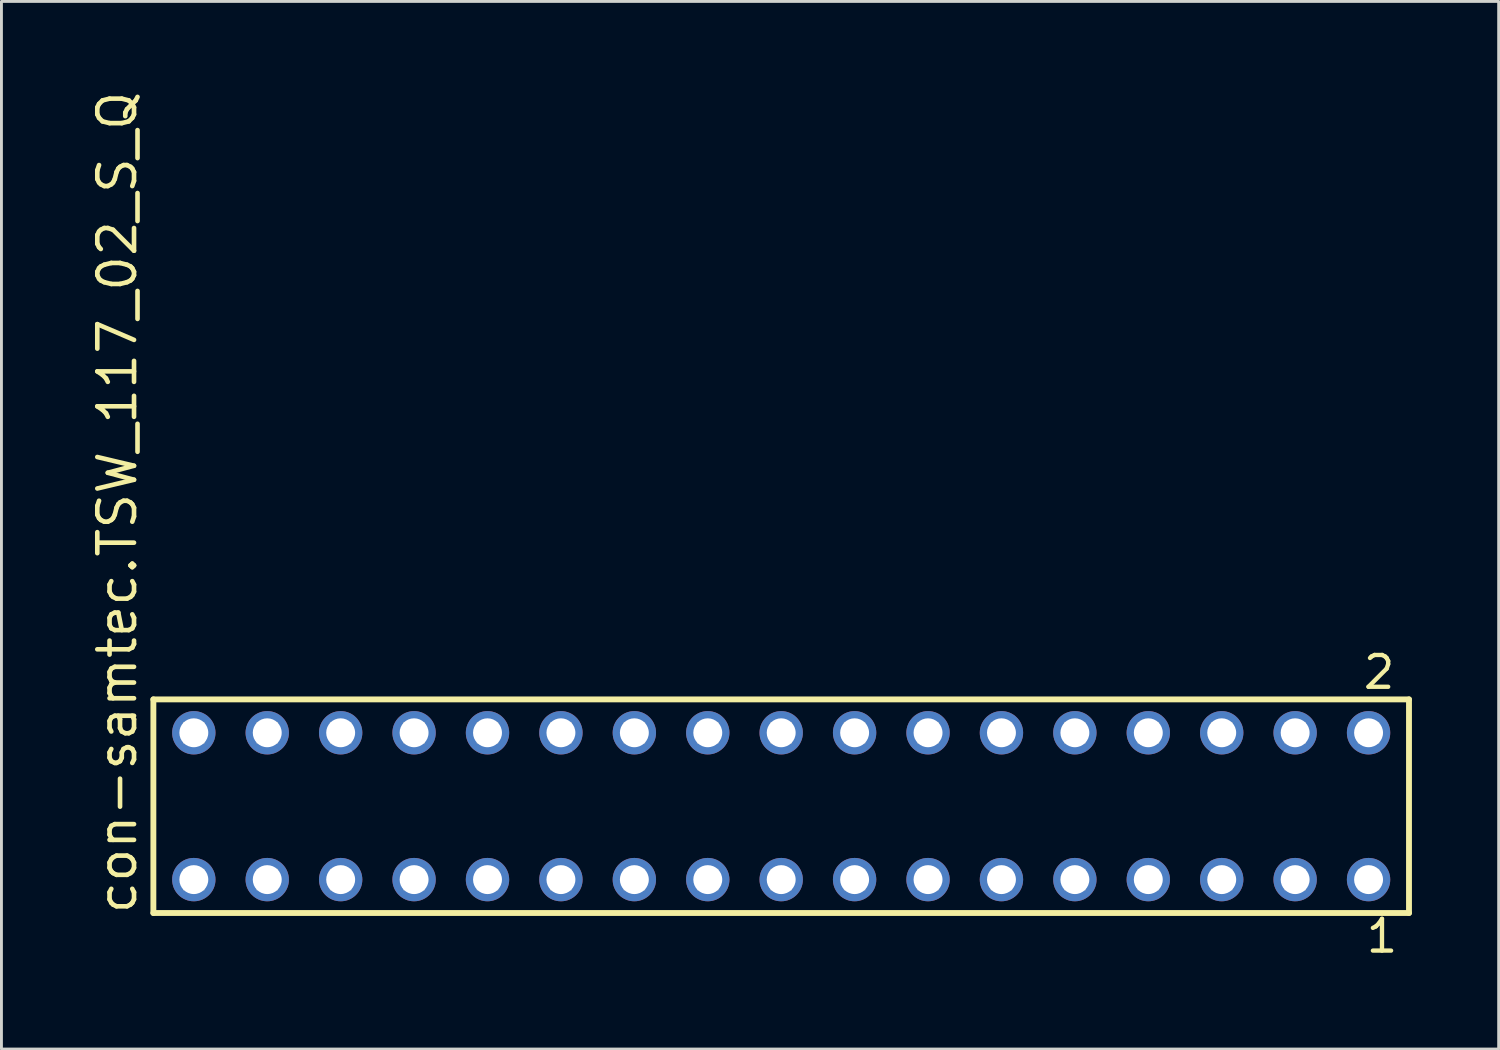
<source format=kicad_pcb>
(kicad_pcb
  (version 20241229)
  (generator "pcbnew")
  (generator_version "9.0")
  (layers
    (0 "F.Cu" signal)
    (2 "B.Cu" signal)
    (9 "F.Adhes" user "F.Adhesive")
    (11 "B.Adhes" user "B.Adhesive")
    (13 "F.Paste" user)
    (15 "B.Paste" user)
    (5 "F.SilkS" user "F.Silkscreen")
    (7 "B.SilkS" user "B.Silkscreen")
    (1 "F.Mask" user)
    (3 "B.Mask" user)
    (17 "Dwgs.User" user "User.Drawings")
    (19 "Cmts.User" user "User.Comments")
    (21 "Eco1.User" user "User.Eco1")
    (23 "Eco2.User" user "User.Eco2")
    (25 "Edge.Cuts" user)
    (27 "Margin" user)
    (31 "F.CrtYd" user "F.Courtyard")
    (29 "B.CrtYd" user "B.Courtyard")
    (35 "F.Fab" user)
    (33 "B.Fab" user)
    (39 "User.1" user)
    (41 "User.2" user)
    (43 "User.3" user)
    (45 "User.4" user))
  (footprint "con-samtec.TSW_117_02_S_Q"
    (layer "F.Cu")
    (at 23.975 24.84)
    (property "Reference" "con-samtec.TSW_117_02_S_Q" (at -22.225 3.81 90) (layer "F.SilkS") (effects (font (size 1.27 1.27) (thickness 0.16)) (justify left bottom)))
    (attr through_hole)
    (fp_line (start -21.719 -3.695) (end 21.719 -3.695) (stroke (width 0.203) (type default)) (layer "F.SilkS"))
    (fp_line (start -21.719 3.695) (end -21.719 -3.695) (stroke (width 0.203) (type default)) (layer "F.SilkS"))
    (fp_line (start 21.719 -3.695) (end 21.719 3.695) (stroke (width 0.203) (type default)) (layer "F.SilkS"))
    (fp_line (start 21.719 3.695) (end -21.719 3.695) (stroke (width 0.203) (type default)) (layer "F.SilkS"))
    (fp_rect (start -20.67 -2.19) (end -19.97 -2.89) (stroke (width 0.05) (type default)) (fill no) (layer "F.Fab"))
    (fp_rect (start -20.67 2.89) (end -19.97 2.19) (stroke (width 0.05) (type default)) (fill no) (layer "F.Fab"))
    (fp_rect (start -18.13 -2.19) (end -17.43 -2.89) (stroke (width 0.05) (type default)) (fill no) (layer "F.Fab"))
    (fp_rect (start -18.13 2.89) (end -17.43 2.19) (stroke (width 0.05) (type default)) (fill no) (layer "F.Fab"))
    (fp_rect (start -15.59 -2.19) (end -14.89 -2.89) (stroke (width 0.05) (type default)) (fill no) (layer "F.Fab"))
    (fp_rect (start -15.59 2.89) (end -14.89 2.19) (stroke (width 0.05) (type default)) (fill no) (layer "F.Fab"))
    (fp_rect (start -13.05 -2.19) (end -12.35 -2.89) (stroke (width 0.05) (type default)) (fill no) (layer "F.Fab"))
    (fp_rect (start -13.05 2.89) (end -12.35 2.19) (stroke (width 0.05) (type default)) (fill no) (layer "F.Fab"))
    (fp_rect (start -10.51 -2.19) (end -9.81 -2.89) (stroke (width 0.05) (type default)) (fill no) (layer "F.Fab"))
    (fp_rect (start -10.51 2.89) (end -9.81 2.19) (stroke (width 0.05) (type default)) (fill no) (layer "F.Fab"))
    (fp_rect (start -7.97 -2.19) (end -7.27 -2.89) (stroke (width 0.05) (type default)) (fill no) (layer "F.Fab"))
    (fp_rect (start -7.97 2.89) (end -7.27 2.19) (stroke (width 0.05) (type default)) (fill no) (layer "F.Fab"))
    (fp_rect (start -5.43 -2.19) (end -4.73 -2.89) (stroke (width 0.05) (type default)) (fill no) (layer "F.Fab"))
    (fp_rect (start -5.43 2.89) (end -4.73 2.19) (stroke (width 0.05) (type default)) (fill no) (layer "F.Fab"))
    (fp_rect (start -2.89 -2.19) (end -2.19 -2.89) (stroke (width 0.05) (type default)) (fill no) (layer "F.Fab"))
    (fp_rect (start -2.89 2.89) (end -2.19 2.19) (stroke (width 0.05) (type default)) (fill no) (layer "F.Fab"))
    (fp_rect (start -0.35 -2.19) (end 0.35 -2.89) (stroke (width 0.05) (type default)) (fill no) (layer "F.Fab"))
    (fp_rect (start -0.35 2.89) (end 0.35 2.19) (stroke (width 0.05) (type default)) (fill no) (layer "F.Fab"))
    (fp_rect (start 2.19 -2.19) (end 2.89 -2.89) (stroke (width 0.05) (type default)) (fill no) (layer "F.Fab"))
    (fp_rect (start 2.19 2.89) (end 2.89 2.19) (stroke (width 0.05) (type default)) (fill no) (layer "F.Fab"))
    (fp_rect (start 4.73 -2.19) (end 5.43 -2.89) (stroke (width 0.05) (type default)) (fill no) (layer "F.Fab"))
    (fp_rect (start 4.73 2.89) (end 5.43 2.19) (stroke (width 0.05) (type default)) (fill no) (layer "F.Fab"))
    (fp_rect (start 7.27 -2.19) (end 7.97 -2.89) (stroke (width 0.05) (type default)) (fill no) (layer "F.Fab"))
    (fp_rect (start 7.27 2.89) (end 7.97 2.19) (stroke (width 0.05) (type default)) (fill no) (layer "F.Fab"))
    (fp_rect (start 9.81 -2.19) (end 10.51 -2.89) (stroke (width 0.05) (type default)) (fill no) (layer "F.Fab"))
    (fp_rect (start 9.81 2.89) (end 10.51 2.19) (stroke (width 0.05) (type default)) (fill no) (layer "F.Fab"))
    (fp_rect (start 12.35 -2.19) (end 13.05 -2.89) (stroke (width 0.05) (type default)) (fill no) (layer "F.Fab"))
    (fp_rect (start 12.35 2.89) (end 13.05 2.19) (stroke (width 0.05) (type default)) (fill no) (layer "F.Fab"))
    (fp_rect (start 14.89 -2.19) (end 15.59 -2.89) (stroke (width 0.05) (type default)) (fill no) (layer "F.Fab"))
    (fp_rect (start 14.89 2.89) (end 15.59 2.19) (stroke (width 0.05) (type default)) (fill no) (layer "F.Fab"))
    (fp_rect (start 17.43 -2.19) (end 18.13 -2.89) (stroke (width 0.05) (type default)) (fill no) (layer "F.Fab"))
    (fp_rect (start 17.43 2.89) (end 18.13 2.19) (stroke (width 0.05) (type default)) (fill no) (layer "F.Fab"))
    (fp_rect (start 19.97 -2.19) (end 20.67 -2.89) (stroke (width 0.05) (type default)) (fill no) (layer "F.Fab"))
    (fp_rect (start 19.97 2.89) (end 20.67 2.19) (stroke (width 0.05) (type default)) (fill no) (layer "F.Fab"))
    (fp_text user "2" (at 20.062 -3.989 0) (layer "F.SilkS") (effects (font (size 1.1 1.1) (thickness 0.15)) (justify left bottom)))
    (fp_text user "1" (at 20.162 5.138 0) (layer "F.SilkS") (effects (font (size 1.1 1.1) (thickness 0.15)) (justify left bottom)))
    (pad "1" thru_hole circle (at 20.32 2.54 180) (size 1.5 1.5) (drill 1) (layers "*.Cu" "*.Mask"))
    (pad "2" thru_hole circle (at 20.32 -2.54 180) (size 1.5 1.5) (drill 1) (layers "*.Cu" "*.Mask"))
    (pad "3" thru_hole circle (at 17.78 2.54 180) (size 1.5 1.5) (drill 1) (layers "*.Cu" "*.Mask"))
    (pad "4" thru_hole circle (at 17.78 -2.54 180) (size 1.5 1.5) (drill 1) (layers "*.Cu" "*.Mask"))
    (pad "5" thru_hole circle (at 15.24 2.54 180) (size 1.5 1.5) (drill 1) (layers "*.Cu" "*.Mask"))
    (pad "6" thru_hole circle (at 15.24 -2.54 180) (size 1.5 1.5) (drill 1) (layers "*.Cu" "*.Mask"))
    (pad "7" thru_hole circle (at 12.7 2.54 180) (size 1.5 1.5) (drill 1) (layers "*.Cu" "*.Mask"))
    (pad "8" thru_hole circle (at 12.7 -2.54 180) (size 1.5 1.5) (drill 1) (layers "*.Cu" "*.Mask"))
    (pad "9" thru_hole circle (at 10.16 2.54 180) (size 1.5 1.5) (drill 1) (layers "*.Cu" "*.Mask"))
    (pad "10" thru_hole circle (at 10.16 -2.54 180) (size 1.5 1.5) (drill 1) (layers "*.Cu" "*.Mask"))
    (pad "11" thru_hole circle (at 7.62 2.54 180) (size 1.5 1.5) (drill 1) (layers "*.Cu" "*.Mask"))
    (pad "12" thru_hole circle (at 7.62 -2.54 180) (size 1.5 1.5) (drill 1) (layers "*.Cu" "*.Mask"))
    (pad "13" thru_hole circle (at 5.08 2.54 180) (size 1.5 1.5) (drill 1) (layers "*.Cu" "*.Mask"))
    (pad "14" thru_hole circle (at 5.08 -2.54 180) (size 1.5 1.5) (drill 1) (layers "*.Cu" "*.Mask"))
    (pad "15" thru_hole circle (at 2.54 2.54 180) (size 1.5 1.5) (drill 1) (layers "*.Cu" "*.Mask"))
    (pad "16" thru_hole circle (at 2.54 -2.54 180) (size 1.5 1.5) (drill 1) (layers "*.Cu" "*.Mask"))
    (pad "17" thru_hole circle (at 0 2.54 180) (size 1.5 1.5) (drill 1) (layers "*.Cu" "*.Mask"))
    (pad "18" thru_hole circle (at 0 -2.54 180) (size 1.5 1.5) (drill 1) (layers "*.Cu" "*.Mask"))
    (pad "19" thru_hole circle (at -2.54 2.54 180) (size 1.5 1.5) (drill 1) (layers "*.Cu" "*.Mask"))
    (pad "20" thru_hole circle (at -2.54 -2.54 180) (size 1.5 1.5) (drill 1) (layers "*.Cu" "*.Mask"))
    (pad "21" thru_hole circle (at -5.08 2.54 180) (size 1.5 1.5) (drill 1) (layers "*.Cu" "*.Mask"))
    (pad "22" thru_hole circle (at -5.08 -2.54 180) (size 1.5 1.5) (drill 1) (layers "*.Cu" "*.Mask"))
    (pad "23" thru_hole circle (at -7.62 2.54 180) (size 1.5 1.5) (drill 1) (layers "*.Cu" "*.Mask"))
    (pad "24" thru_hole circle (at -7.62 -2.54 180) (size 1.5 1.5) (drill 1) (layers "*.Cu" "*.Mask"))
    (pad "25" thru_hole circle (at -10.16 2.54 180) (size 1.5 1.5) (drill 1) (layers "*.Cu" "*.Mask"))
    (pad "26" thru_hole circle (at -10.16 -2.54 180) (size 1.5 1.5) (drill 1) (layers "*.Cu" "*.Mask"))
    (pad "27" thru_hole circle (at -12.7 2.54 180) (size 1.5 1.5) (drill 1) (layers "*.Cu" "*.Mask"))
    (pad "28" thru_hole circle (at -12.7 -2.54 180) (size 1.5 1.5) (drill 1) (layers "*.Cu" "*.Mask"))
    (pad "29" thru_hole circle (at -15.24 2.54 180) (size 1.5 1.5) (drill 1) (layers "*.Cu" "*.Mask"))
    (pad "30" thru_hole circle (at -15.24 -2.54 180) (size 1.5 1.5) (drill 1) (layers "*.Cu" "*.Mask"))
    (pad "31" thru_hole circle (at -17.78 2.54 180) (size 1.5 1.5) (drill 1) (layers "*.Cu" "*.Mask"))
    (pad "32" thru_hole circle (at -17.78 -2.54 180) (size 1.5 1.5) (drill 1) (layers "*.Cu" "*.Mask"))
    (pad "33" thru_hole circle (at -20.32 2.54 180) (size 1.5 1.5) (drill 1) (layers "*.Cu" "*.Mask"))
    (pad "34" thru_hole circle (at -20.32 -2.54 180) (size 1.5 1.5) (drill 1) (layers "*.Cu" "*.Mask")))
  (gr_rect
    (start -3 -3)
    (end 48.796 33.241)
    (stroke (width 0.1) (type default))
    (fill no)
    (layer "Edge.Cuts")))
</source>
